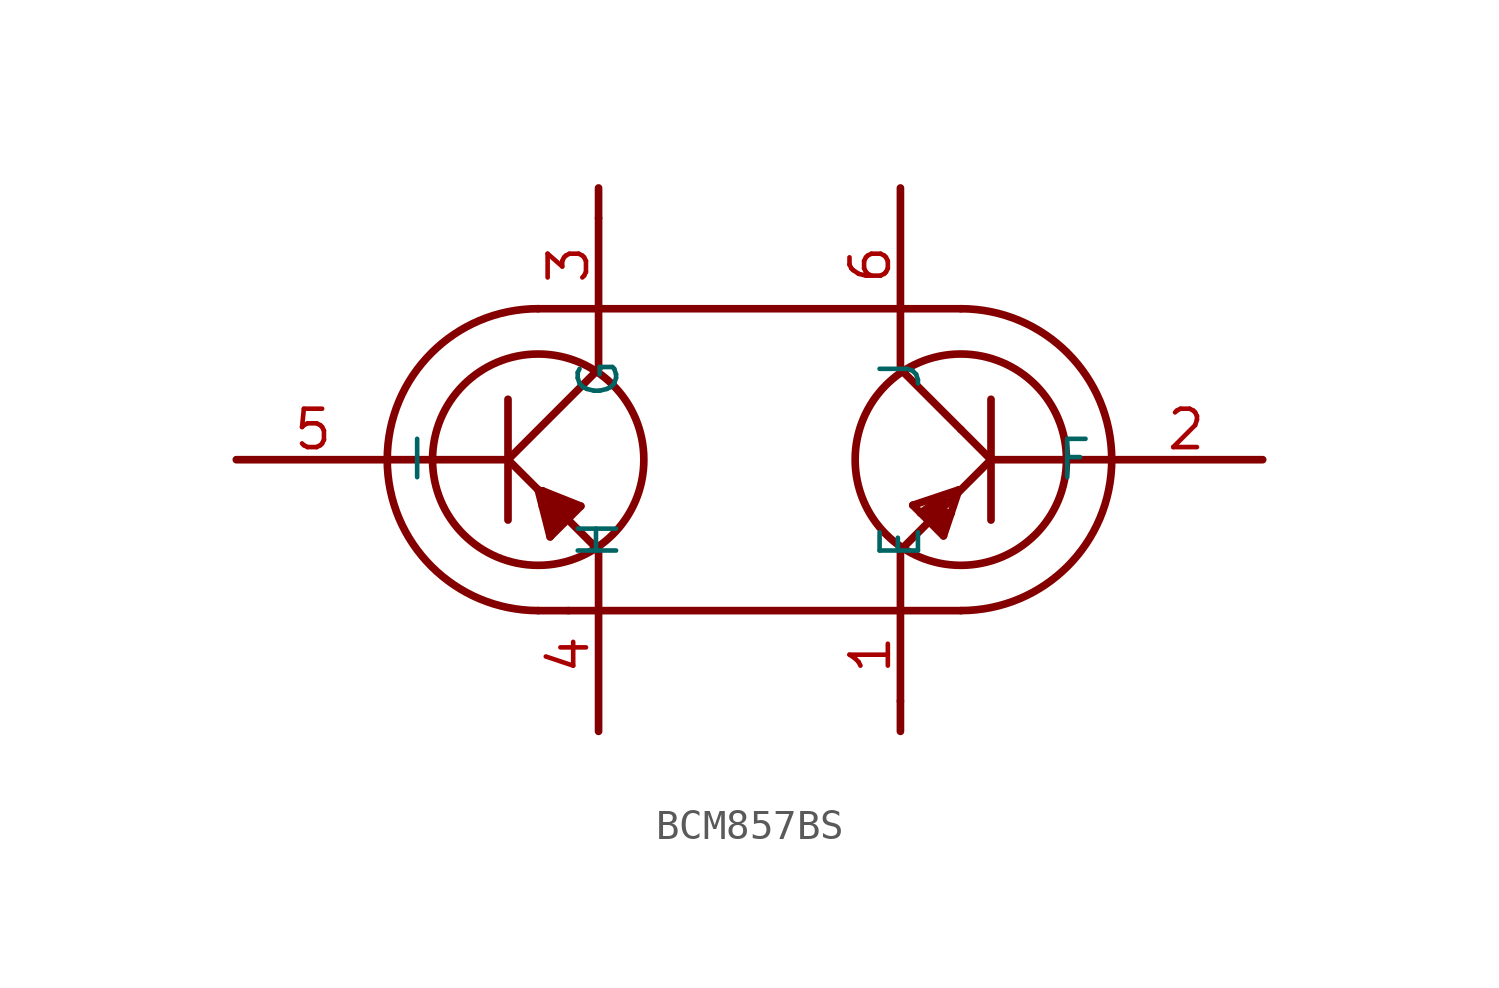
<source format=kicad_sym>
(kicad_symbol_lib
  (version 20231120)
  (generator "kicad_symbol_editor")
  (generator_version "8.0")
  (symbol "BCM857BS"
    (property "Reference" "Q"
      (at 0 0 0)
      (effects (font (size 1.27 1.27)) (hide yes)))
    (property "ki_locked" ""
      (at 0 0 0)
      (effects (font (size 1.27 1.27))))
    (symbol "BCM857BS_1_0"
      (arc (start -12 -1) (mid -10.5355 -4.5355) (end -6.9999 -5.9999) (stroke (width 0.254) (type solid)) (fill (type none)))
      (circle (center -7 -1) (radius 3.5) (stroke (width 0.254) (type solid)) (fill (type none)))
      (arc (start -7 4) (mid -10.5355 2.5355) (end -12 -1) (stroke (width 0.254) (type solid)) (fill (type none)))
      (polyline (pts (xy -8 -1) (xy -17 -1)) (stroke (width 0.254) (type solid)) (fill (type none)))
      (polyline (pts (xy -8 -1) (xy -8 -3)) (stroke (width 0.254) (type solid)) (fill (type none)))
      (polyline (pts (xy -8 -1) (xy -5 2)) (stroke (width 0.254) (type solid)) (fill (type none)))
      (polyline (pts (xy -8 1) (xy -8 -1)) (stroke (width 0.254) (type solid)) (fill (type none)))
      (polyline (pts (xy -7 -6) (xy -6 -6)) (stroke (width 0.254) (type solid)) (fill (type none)))
      (polyline (pts (xy -7 -2) (xy -8 -1)) (stroke (width 0.254) (type solid)) (fill (type none)))
      (polyline (pts (xy -7 -2) (xy -6.604 -3.556)) (stroke (width 0.254) (type solid)) (fill (type none)))
      (polyline (pts (xy -6.858 -2.54) (xy -6.604 -2.794)) (stroke (width 0.254) (type solid)) (fill (type none)))
      (polyline (pts (xy -6.858 -2.032) (xy -6.096 -2.54)) (stroke (width 0.254) (type solid)) (fill (type none)))
      (polyline (pts (xy -6.604 -3.556) (xy -5.588 -2.54)) (stroke (width 0.254) (type solid)) (fill (type none)))
      (polyline (pts (xy -6.604 -3.302) (xy -6.604 -2.794)) (stroke (width 0.254) (type solid)) (fill (type none)))
      (polyline (pts (xy -6.604 -2.794) (xy -6.35 -3.048)) (stroke (width 0.254) (type solid)) (fill (type none)))
      (polyline (pts (xy -6.604 -2.54) (xy -6.858 -2.54)) (stroke (width 0.254) (type solid)) (fill (type none)))
      (polyline (pts (xy -6.35 -3.048) (xy -6.604 -3.302)) (stroke (width 0.254) (type solid)) (fill (type none)))
      (polyline (pts (xy -6.35 -3.048) (xy -6.604 -2.54)) (stroke (width 0.254) (type solid)) (fill (type none)))
      (polyline (pts (xy -6.096 -2.794) (xy -5.842 -2.54)) (stroke (width 0.254) (type solid)) (fill (type none)))
      (polyline (pts (xy -6.096 -2.54) (xy -6.096 -2.794)) (stroke (width 0.254) (type solid)) (fill (type none)))
      (polyline (pts (xy -6 -6) (xy 7 -6)) (stroke (width 0.254) (type solid)) (fill (type none)))
      (polyline (pts (xy -5.842 -2.54) (xy -6.35 -3.048)) (stroke (width 0.254) (type solid)) (fill (type none)))
      (polyline (pts (xy -5.588 -2.54) (xy -6.858 -2.032)) (stroke (width 0.254) (type solid)) (fill (type none)))
      (polyline (pts (xy -5 -4) (xy -7 -2)) (stroke (width 0.254) (type solid)) (fill (type none)))
      (polyline (pts (xy -5 -4) (xy -5 -10)) (stroke (width 0.254) (type solid)) (fill (type none)))
      (polyline (pts (xy -5 2) (xy -5 7)) (stroke (width 0.254) (type solid)) (fill (type none)))
      (polyline (pts (xy -5 7) (xy -5 8)) (stroke (width 0.254) (type solid)) (fill (type none)))
      (polyline (pts (xy 5 -9) (xy 5 -10)) (stroke (width 0.254) (type solid)) (fill (type none)))
      (polyline (pts (xy 5 -4) (xy 5 -9)) (stroke (width 0.254) (type solid)) (fill (type none)))
      (polyline (pts (xy 5 2) (xy 5 8)) (stroke (width 0.254) (type solid)) (fill (type none)))
      (polyline (pts (xy 5 2) (xy 7 0)) (stroke (width 0.254) (type solid)) (fill (type none)))
      (polyline (pts (xy 5.41 -2.508) (xy 5.664 -2.762)) (stroke (width 0.254) (type solid)) (fill (type none)))
      (polyline (pts (xy 5.664 -2.762) (xy 6.426 -3.524)) (stroke (width 0.254) (type solid)) (fill (type none)))
      (polyline (pts (xy 5.664 -2.762) (xy 6.426 -2.254)) (stroke (width 0.254) (type solid)) (fill (type none)))
      (polyline (pts (xy 5.918 -2.762) (xy 6.426 -3.27)) (stroke (width 0.254) (type solid)) (fill (type none)))
      (polyline (pts (xy 6.426 -3.524) (xy 6.68 -2.762)) (stroke (width 0.254) (type solid)) (fill (type none)))
      (polyline (pts (xy 6.426 -3.27) (xy 6.68 -2.762)) (stroke (width 0.254) (type solid)) (fill (type none)))
      (polyline (pts (xy 6.426 -3.016) (xy 5.918 -2.762)) (stroke (width 0.254) (type solid)) (fill (type none)))
      (polyline (pts (xy 6.426 -2.762) (xy 6.426 -3.016)) (stroke (width 0.254) (type solid)) (fill (type none)))
      (polyline (pts (xy 6.426 -2.254) (xy 5.918 -2.762)) (stroke (width 0.254) (type solid)) (fill (type none)))
      (polyline (pts (xy 6.68 -2.762) (xy 6.426 -2.762)) (stroke (width 0.254) (type solid)) (fill (type none)))
      (polyline (pts (xy 6.68 -2.762) (xy 6.934 -2)) (stroke (width 0.254) (type solid)) (fill (type none)))
      (polyline (pts (xy 6.934 -2) (xy 5.41 -2.508)) (stroke (width 0.254) (type solid)) (fill (type none)))
      (polyline (pts (xy 7 0) (xy 8 -1)) (stroke (width 0.254) (type solid)) (fill (type none)))
      (polyline (pts (xy 7 4) (xy -7 4)) (stroke (width 0.254) (type solid)) (fill (type none)))
      (polyline (pts (xy 8 -3) (xy 8 -1)) (stroke (width 0.254) (type solid)) (fill (type none)))
      (polyline (pts (xy 8 -1) (xy 5 -4)) (stroke (width 0.254) (type solid)) (fill (type none)))
      (polyline (pts (xy 8 -1) (xy 8 1)) (stroke (width 0.254) (type solid)) (fill (type none)))
      (polyline (pts (xy 8 -1) (xy 17 -1)) (stroke (width 0.254) (type solid)) (fill (type none)))
      (arc (start 7 -6) (mid 10.5356 -4.5355) (end 12.0001 -0.9999) (stroke (width 0.254) (type solid)) (fill (type none)))
      (circle (center 7 -1) (radius 3.5) (stroke (width 0.254) (type solid)) (fill (type none)))
      (arc (start 12 -1) (mid 10.5355 2.5355) (end 7 4) (stroke (width 0.254) (type solid)) (fill (type none)))
      (pin bidirectional line (at 5 -10 90) (length 5.08) (name "E" (effects (font (size 1.27 1.27)))) (number "1" (effects (font (size 1.27 1.27)))))
      (pin bidirectional line (at 17 -1 180) (length 5.08) (name "F" (effects (font (size 1.27 1.27)))) (number "2" (effects (font (size 1.27 1.27)))))
      (pin bidirectional line (at -5 8 270) (length 5.08) (name "G" (effects (font (size 1.27 1.27)))) (number "3" (effects (font (size 1.27 1.27)))))
      (pin bidirectional line (at -5 -10 90) (length 5.08) (name "H" (effects (font (size 1.27 1.27)))) (number "4" (effects (font (size 1.27 1.27)))))
      (pin bidirectional line (at -17 -1 0) (length 5.08) (name "I" (effects (font (size 1.27 1.27)))) (number "5" (effects (font (size 1.27 1.27)))))
      (pin bidirectional line (at 5 8 270) (length 5.08) (name "J" (effects (font (size 1.27 1.27)))) (number "6" (effects (font (size 1.27 1.27))))))))
</source>
